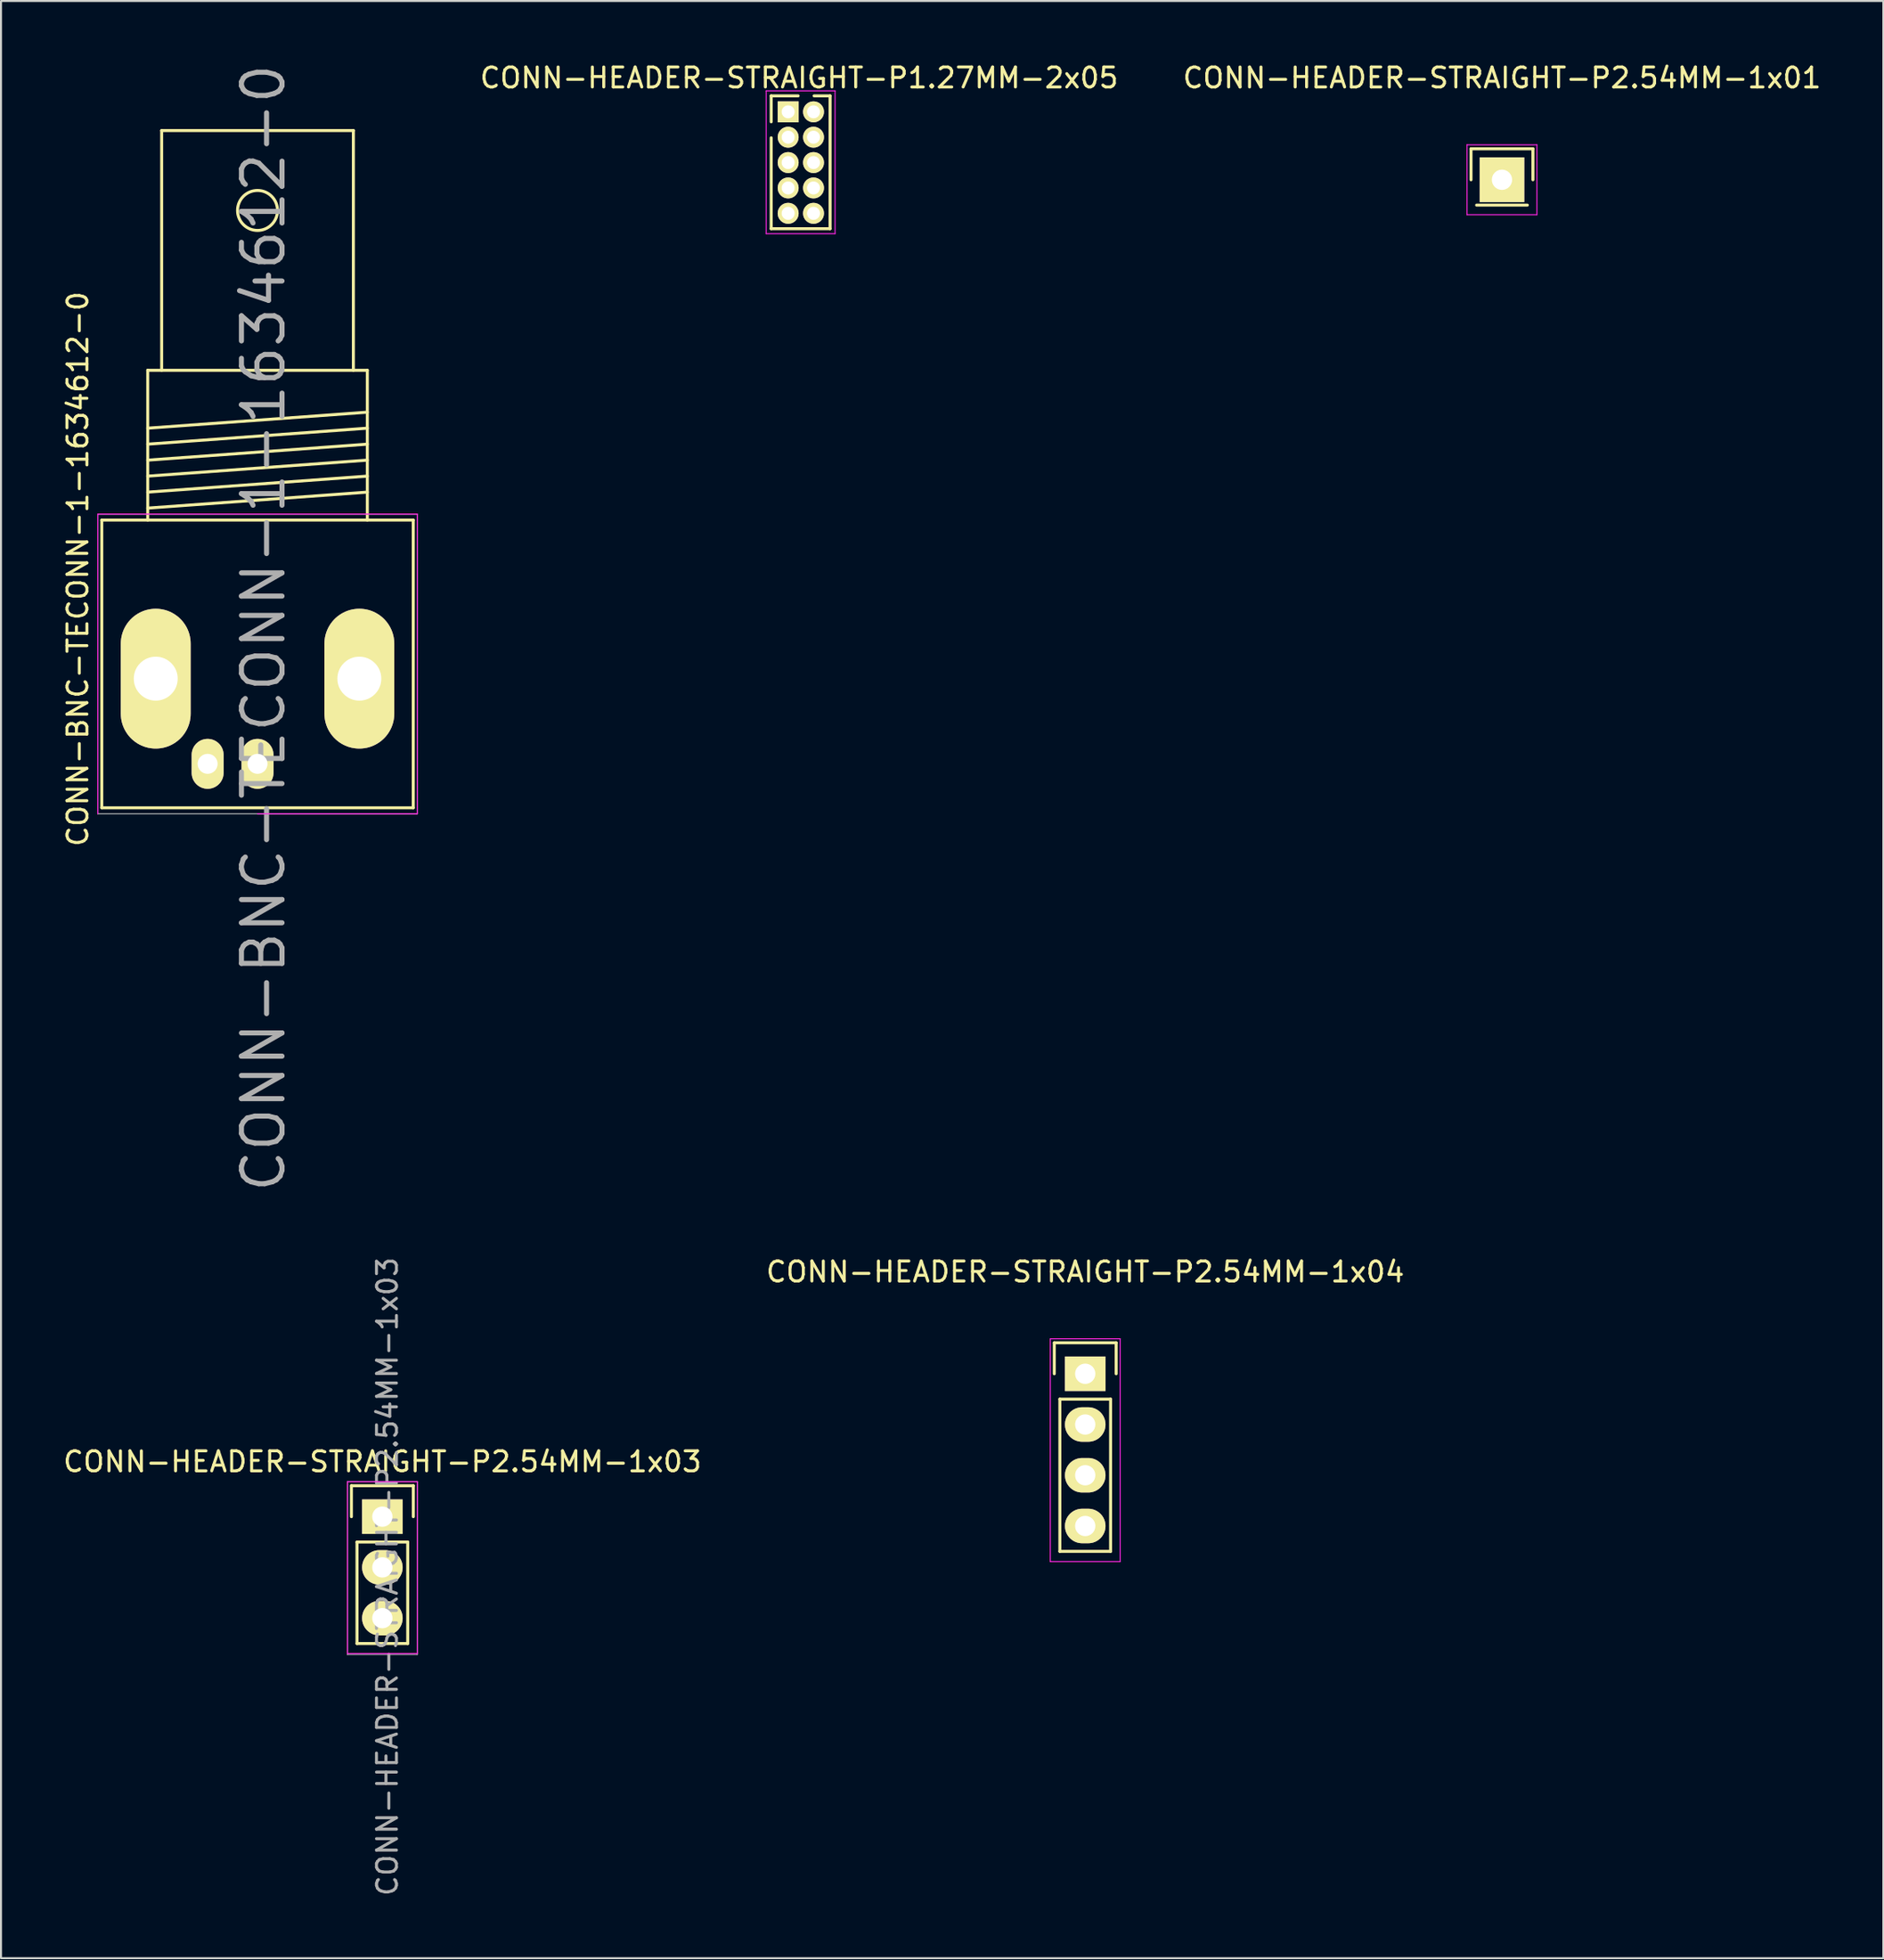
<source format=kicad_pcb>
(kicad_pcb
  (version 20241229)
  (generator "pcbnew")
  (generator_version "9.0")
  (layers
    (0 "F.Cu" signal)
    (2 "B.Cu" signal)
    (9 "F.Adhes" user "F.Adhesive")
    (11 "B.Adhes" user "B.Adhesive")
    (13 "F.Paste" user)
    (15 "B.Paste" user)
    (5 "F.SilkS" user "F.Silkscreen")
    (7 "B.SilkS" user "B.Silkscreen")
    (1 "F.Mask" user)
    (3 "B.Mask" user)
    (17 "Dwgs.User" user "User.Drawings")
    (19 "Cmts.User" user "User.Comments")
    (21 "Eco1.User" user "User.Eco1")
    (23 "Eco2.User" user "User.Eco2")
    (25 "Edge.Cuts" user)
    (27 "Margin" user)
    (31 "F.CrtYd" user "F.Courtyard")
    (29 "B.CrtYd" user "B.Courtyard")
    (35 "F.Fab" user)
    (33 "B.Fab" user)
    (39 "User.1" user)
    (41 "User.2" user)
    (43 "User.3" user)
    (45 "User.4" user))
  (footprint "CONN-HEADER-STRAIGHT-P2.54MM-1x01"
    (layer "F.Cu")
    (at 72.177 5.948)
    (property "Reference" "CONN-HEADER-STRAIGHT-P2.54MM-1x01" (at 0 -5.1 0) (layer "F.SilkS") (effects (font (size 1 1) (thickness 0.15))))
    (attr through_hole)
    (fp_line (start -1.55 -1.55) (end 1.55 -1.55) (stroke (width 0.15) (type solid)) (layer "F.SilkS"))
    (fp_line (start -1.55 0) (end -1.55 -1.55) (stroke (width 0.15) (type solid)) (layer "F.SilkS"))
    (fp_line (start -1.27 1.27) (end 1.27 1.27) (stroke (width 0.15) (type solid)) (layer "F.SilkS"))
    (fp_line (start 1.55 -1.55) (end 1.55 0) (stroke (width 0.15) (type solid)) (layer "F.SilkS"))
    (fp_line (start -1.75 -1.75) (end -1.75 1.75) (stroke (width 0.05) (type solid)) (layer "F.CrtYd"))
    (fp_line (start -1.75 -1.75) (end 1.75 -1.75) (stroke (width 0.05) (type solid)) (layer "F.CrtYd"))
    (fp_line (start -1.75 1.75) (end 1.75 1.75) (stroke (width 0.05) (type solid)) (layer "F.CrtYd"))
    (fp_line (start 1.75 -1.75) (end 1.75 1.75) (stroke (width 0.05) (type solid)) (layer "F.CrtYd"))
    (pad "1" thru_hole rect (at 0 0) (size 2.235 2.235) (drill 1.016) (layers "*.Cu" "*.Mask" "F.SilkS")))
  (footprint "CONN-BNC-TECONN-1-1634612-0"
    (layer "F.Cu")
    (at 9.848 30.184)
    (property "Reference" "CONN-BNC-TECONN-1-1634612-0" (at 0.3 -1.8 90) (layer "F.Fab") (effects (font (size 2.032 2.032) (thickness 0.254))))
    (attr through_hole)
    (fp_line (start -7.8 -7.201) (end -7.8 7.201) (stroke (width 0.15) (type solid)) (layer "F.SilkS"))
    (fp_line (start -7.8 7.201) (end 7.8 7.201) (stroke (width 0.15) (type solid)) (layer "F.SilkS"))
    (fp_line (start -5.499 -14.699) (end -5.499 -7.201) (stroke (width 0.15) (type solid)) (layer "F.SilkS"))
    (fp_line (start -5.499 -11.801) (end 5.499 -12.601) (stroke (width 0.15) (type solid)) (layer "F.SilkS"))
    (fp_line (start -5.499 -11.001) (end 5.499 -11.801) (stroke (width 0.15) (type solid)) (layer "F.SilkS"))
    (fp_line (start -5.499 -10.201) (end 5.499 -11.001) (stroke (width 0.15) (type solid)) (layer "F.SilkS"))
    (fp_line (start -5.499 -9.401) (end 5.499 -10.201) (stroke (width 0.15) (type solid)) (layer "F.SilkS"))
    (fp_line (start -5.499 -8.6) (end 5.499 -9.401) (stroke (width 0.15) (type solid)) (layer "F.SilkS"))
    (fp_line (start -5.499 -7.8) (end 5.499 -8.6) (stroke (width 0.15) (type solid)) (layer "F.SilkS"))
    (fp_line (start -4.801 -26.7) (end -4.801 -14.699) (stroke (width 0.15) (type solid)) (layer "F.SilkS"))
    (fp_line (start 4.801 -26.7) (end -4.801 -26.7) (stroke (width 0.15) (type solid)) (layer "F.SilkS"))
    (fp_line (start 4.801 -14.699) (end 4.801 -26.7) (stroke (width 0.15) (type solid)) (layer "F.SilkS"))
    (fp_line (start 5.499 -14.699) (end -5.499 -14.699) (stroke (width 0.15) (type solid)) (layer "F.SilkS"))
    (fp_line (start 5.499 -7.201) (end 5.499 -14.699) (stroke (width 0.15) (type solid)) (layer "F.SilkS"))
    (fp_line (start 7.8 -7.201) (end -7.8 -7.201) (stroke (width 0.15) (type solid)) (layer "F.SilkS"))
    (fp_line (start 7.8 7.201) (end 7.8 -7.201) (stroke (width 0.15) (type solid)) (layer "F.SilkS"))
    (fp_circle (center 0 -22.7) (end 1.001 -22.7) (stroke (width 0.15) (type solid)) (fill no) (layer "F.SilkS"))
    (fp_line (start -8 -7.5) (end -8 7.5) (stroke (width 0.051) (type solid)) (layer "F.CrtYd"))
    (fp_line (start 0 7.5) (end 8 7.5) (stroke (width 0.051) (type solid)) (layer "F.CrtYd"))
    (fp_line (start 8 -7.5) (end -8 -7.5) (stroke (width 0.051) (type solid)) (layer "F.CrtYd"))
    (fp_line (start 8 7.5) (end 8 -7.5) (stroke (width 0.051) (type solid)) (layer "F.CrtYd"))
    (fp_line (start -8 -7.5) (end 8 -7.5) (stroke (width 0.051) (type solid)) (layer "F.Fab"))
    (fp_line (start -8 7.5) (end -8 -7.5) (stroke (width 0.051) (type solid)) (layer "F.Fab"))
    (fp_line (start 8 -7.5) (end 8 7.5) (stroke (width 0.051) (type solid)) (layer "F.Fab"))
    (fp_line (start 8 7.5) (end -8 7.5) (stroke (width 0.051) (type solid)) (layer "F.Fab"))
    (fp_text user "${REFERENCE}" (at -9 -4.75 90) (layer "F.SilkS") (effects (font (size 1 1) (thickness 0.15))))
    (pad "1" thru_hole oval (at 0 5.001) (size 1.6 2.499) (drill 1.001) (layers "*.Cu" "*.Mask" "F.SilkS"))
    (pad "2" thru_hole oval (at -5.098 0.737) (size 3.5 7) (drill 2.2) (layers "*.Cu" "*.Mask" "F.SilkS"))
    (pad "2" thru_hole oval (at -2.499 5.001) (size 1.6 2.499) (drill 1.001) (layers "*.Cu" "*.Mask" "F.SilkS"))
    (pad "2" thru_hole oval (at 5.1 0.737) (size 3.5 7) (drill 2.2) (layers "*.Cu" "*.Mask" "F.SilkS")))
  (footprint "CONN-HEADER-STRAIGHT-P2.54MM-1x03"
    (layer "F.Cu")
    (at 16.101 72.869)
    (property "Reference" "CONN-HEADER-STRAIGHT-P2.54MM-1x03" (at 0.25 3 90) (layer "F.Fab") (effects (font (size 1 1) (thickness 0.15))))
    (attr through_hole)
    (fp_line (start -1.55 -1.55) (end 1.55 -1.55) (stroke (width 0.15) (type solid)) (layer "F.SilkS"))
    (fp_line (start -1.55 0) (end -1.55 -1.55) (stroke (width 0.15) (type solid)) (layer "F.SilkS"))
    (fp_line (start -1.27 1.27) (end -1.27 6.35) (stroke (width 0.15) (type solid)) (layer "F.SilkS"))
    (fp_line (start -1.27 6.35) (end 1.27 6.35) (stroke (width 0.15) (type solid)) (layer "F.SilkS"))
    (fp_line (start 1.27 1.27) (end -1.27 1.27) (stroke (width 0.15) (type solid)) (layer "F.SilkS"))
    (fp_line (start 1.27 6.35) (end 1.27 1.27) (stroke (width 0.15) (type solid)) (layer "F.SilkS"))
    (fp_line (start 1.55 -1.55) (end 1.55 0) (stroke (width 0.15) (type solid)) (layer "F.SilkS"))
    (fp_line (start -1.75 -1.75) (end -1.75 6.85) (stroke (width 0.05) (type solid)) (layer "F.CrtYd"))
    (fp_line (start -1.75 -1.75) (end 1.75 -1.75) (stroke (width 0.05) (type solid)) (layer "F.CrtYd"))
    (fp_line (start -1.75 6.85) (end 1.75 6.85) (stroke (width 0.05) (type solid)) (layer "F.CrtYd"))
    (fp_line (start 1.75 -1.75) (end 1.75 6.85) (stroke (width 0.05) (type solid)) (layer "F.CrtYd"))
    (fp_line (start -1.75 -1.75) (end -1.75 6.9) (stroke (width 0.051) (type solid)) (layer "F.Fab"))
    (fp_line (start 1.75 -1.75) (end -1.75 -1.75) (stroke (width 0.051) (type solid)) (layer "F.Fab"))
    (fp_line (start 1.75 -1.75) (end 1.75 6.9) (stroke (width 0.051) (type solid)) (layer "F.Fab"))
    (fp_line (start 1.75 6.9) (end -1.75 6.9) (stroke (width 0.051) (type solid)) (layer "F.Fab"))
    (fp_text user "${REFERENCE}" (at 0 -2.75 0) (layer "F.SilkS") (effects (font (size 1 1) (thickness 0.15))))
    (pad "1" thru_hole rect (at 0 0) (size 2.032 1.727) (drill 1.016) (layers "*.Cu" "*.Mask" "F.SilkS"))
    (pad "2" thru_hole oval (at 0 2.54) (size 2.032 1.727) (drill 1.016) (layers "*.Cu" "*.Mask" "F.SilkS"))
    (pad "3" thru_hole oval (at 0 5.08) (size 2.032 1.727) (drill 1.016) (layers "*.Cu" "*.Mask" "F.SilkS")))
  (footprint "CONN-HEADER-STRAIGHT-P2.54MM-1x04"
    (layer "F.Cu")
    (at 51.304 65.716)
    (property "Reference" "CONN-HEADER-STRAIGHT-P2.54MM-1x04" (at 0 -5.1 0) (layer "F.SilkS") (effects (font (size 1 1) (thickness 0.15))))
    (attr through_hole)
    (fp_line (start -1.55 -1.55) (end 1.55 -1.55) (stroke (width 0.15) (type solid)) (layer "F.SilkS"))
    (fp_line (start -1.55 0) (end -1.55 -1.55) (stroke (width 0.15) (type solid)) (layer "F.SilkS"))
    (fp_line (start -1.27 1.27) (end -1.27 8.89) (stroke (width 0.15) (type solid)) (layer "F.SilkS"))
    (fp_line (start -1.27 8.89) (end 1.27 8.89) (stroke (width 0.15) (type solid)) (layer "F.SilkS"))
    (fp_line (start 1.27 1.27) (end -1.27 1.27) (stroke (width 0.15) (type solid)) (layer "F.SilkS"))
    (fp_line (start 1.27 1.27) (end 1.27 8.89) (stroke (width 0.15) (type solid)) (layer "F.SilkS"))
    (fp_line (start 1.55 -1.55) (end 1.55 0) (stroke (width 0.15) (type solid)) (layer "F.SilkS"))
    (fp_line (start -1.75 -1.75) (end -1.75 9.4) (stroke (width 0.05) (type solid)) (layer "F.CrtYd"))
    (fp_line (start -1.75 -1.75) (end 1.75 -1.75) (stroke (width 0.05) (type solid)) (layer "F.CrtYd"))
    (fp_line (start -1.75 9.4) (end 1.75 9.4) (stroke (width 0.05) (type solid)) (layer "F.CrtYd"))
    (fp_line (start 1.75 -1.75) (end 1.75 9.4) (stroke (width 0.05) (type solid)) (layer "F.CrtYd"))
    (pad "1" thru_hole rect (at 0 0) (size 2.032 1.727) (drill 1.016) (layers "*.Cu" "*.Mask" "F.SilkS"))
    (pad "2" thru_hole oval (at 0 2.54) (size 2.032 1.727) (drill 1.016) (layers "*.Cu" "*.Mask" "F.SilkS"))
    (pad "3" thru_hole oval (at 0 5.08) (size 2.032 1.727) (drill 1.016) (layers "*.Cu" "*.Mask" "F.SilkS"))
    (pad "4" thru_hole oval (at 0 7.62) (size 2.032 1.727) (drill 1.016) (layers "*.Cu" "*.Mask" "F.SilkS")))
  (footprint "CONN-HEADER-STRAIGHT-P1.27MM-2x05"
    (layer "F.Cu")
    (at 36.425 2.548)
    (property "Reference" "CONN-HEADER-STRAIGHT-P1.27MM-2x05" (at 0.55 -1.7 0) (layer "F.SilkS") (effects (font (size 1 1) (thickness 0.15))))
    (attr through_hole)
    (fp_line (start -0.85 -0.8) (end -0.85 0.5) (stroke (width 0.15) (type solid)) (layer "F.SilkS"))
    (fp_line (start -0.85 5.85) (end -0.85 1.3) (stroke (width 0.15) (type solid)) (layer "F.SilkS"))
    (fp_line (start 0.5 -0.8) (end -0.85 -0.8) (stroke (width 0.15) (type solid)) (layer "F.SilkS"))
    (fp_line (start 2.1 -0.8) (end 1.3 -0.8) (stroke (width 0.15) (type solid)) (layer "F.SilkS"))
    (fp_line (start 2.1 5.85) (end -0.85 5.85) (stroke (width 0.15) (type solid)) (layer "F.SilkS"))
    (fp_line (start 2.1 5.85) (end 2.1 -0.8) (stroke (width 0.15) (type solid)) (layer "F.SilkS"))
    (fp_line (start -1.1 -1.05) (end -1.1 6.1) (stroke (width 0.05) (type solid)) (layer "F.CrtYd"))
    (fp_line (start -1.1 -1.05) (end 2.35 -1.05) (stroke (width 0.05) (type solid)) (layer "F.CrtYd"))
    (fp_line (start -1.1 6.1) (end 2.35 6.1) (stroke (width 0.05) (type solid)) (layer "F.CrtYd"))
    (fp_line (start 2.35 -1.05) (end 2.35 6.1) (stroke (width 0.05) (type solid)) (layer "F.CrtYd"))
    (pad "1" thru_hole rect (at 0 0) (size 1.05 1.05) (drill 0.65) (layers "*.Cu" "*.Mask" "F.SilkS"))
    (pad "2" thru_hole circle (at 1.27 0) (size 1.05 1.05) (drill 0.65) (layers "*.Cu" "*.Mask" "F.SilkS"))
    (pad "3" thru_hole circle (at 0 1.27) (size 1.05 1.05) (drill 0.65) (layers "*.Cu" "*.Mask" "F.SilkS"))
    (pad "4" thru_hole circle (at 1.27 1.27) (size 1.05 1.05) (drill 0.65) (layers "*.Cu" "*.Mask" "F.SilkS"))
    (pad "5" thru_hole circle (at 0 2.54) (size 1.05 1.05) (drill 0.65) (layers "*.Cu" "*.Mask" "F.SilkS"))
    (pad "6" thru_hole circle (at 1.27 2.54) (size 1.05 1.05) (drill 0.65) (layers "*.Cu" "*.Mask" "F.SilkS"))
    (pad "7" thru_hole circle (at 0 3.81) (size 1.05 1.05) (drill 0.65) (layers "*.Cu" "*.Mask" "F.SilkS"))
    (pad "8" thru_hole circle (at 1.27 3.81) (size 1.05 1.05) (drill 0.65) (layers "*.Cu" "*.Mask" "F.SilkS"))
    (pad "9" thru_hole circle (at 0 5.08) (size 1.05 1.05) (drill 0.65) (layers "*.Cu" "*.Mask" "F.SilkS"))
    (pad "10" thru_hole circle (at 1.27 5.08) (size 1.05 1.05) (drill 0.65) (layers "*.Cu" "*.Mask" "F.SilkS")))
  (gr_rect
    (start -3 -3)
    (end 91.278 94.97)
    (stroke (width 0.1) (type default))
    (fill no)
    (layer "Edge.Cuts")))
</source>
